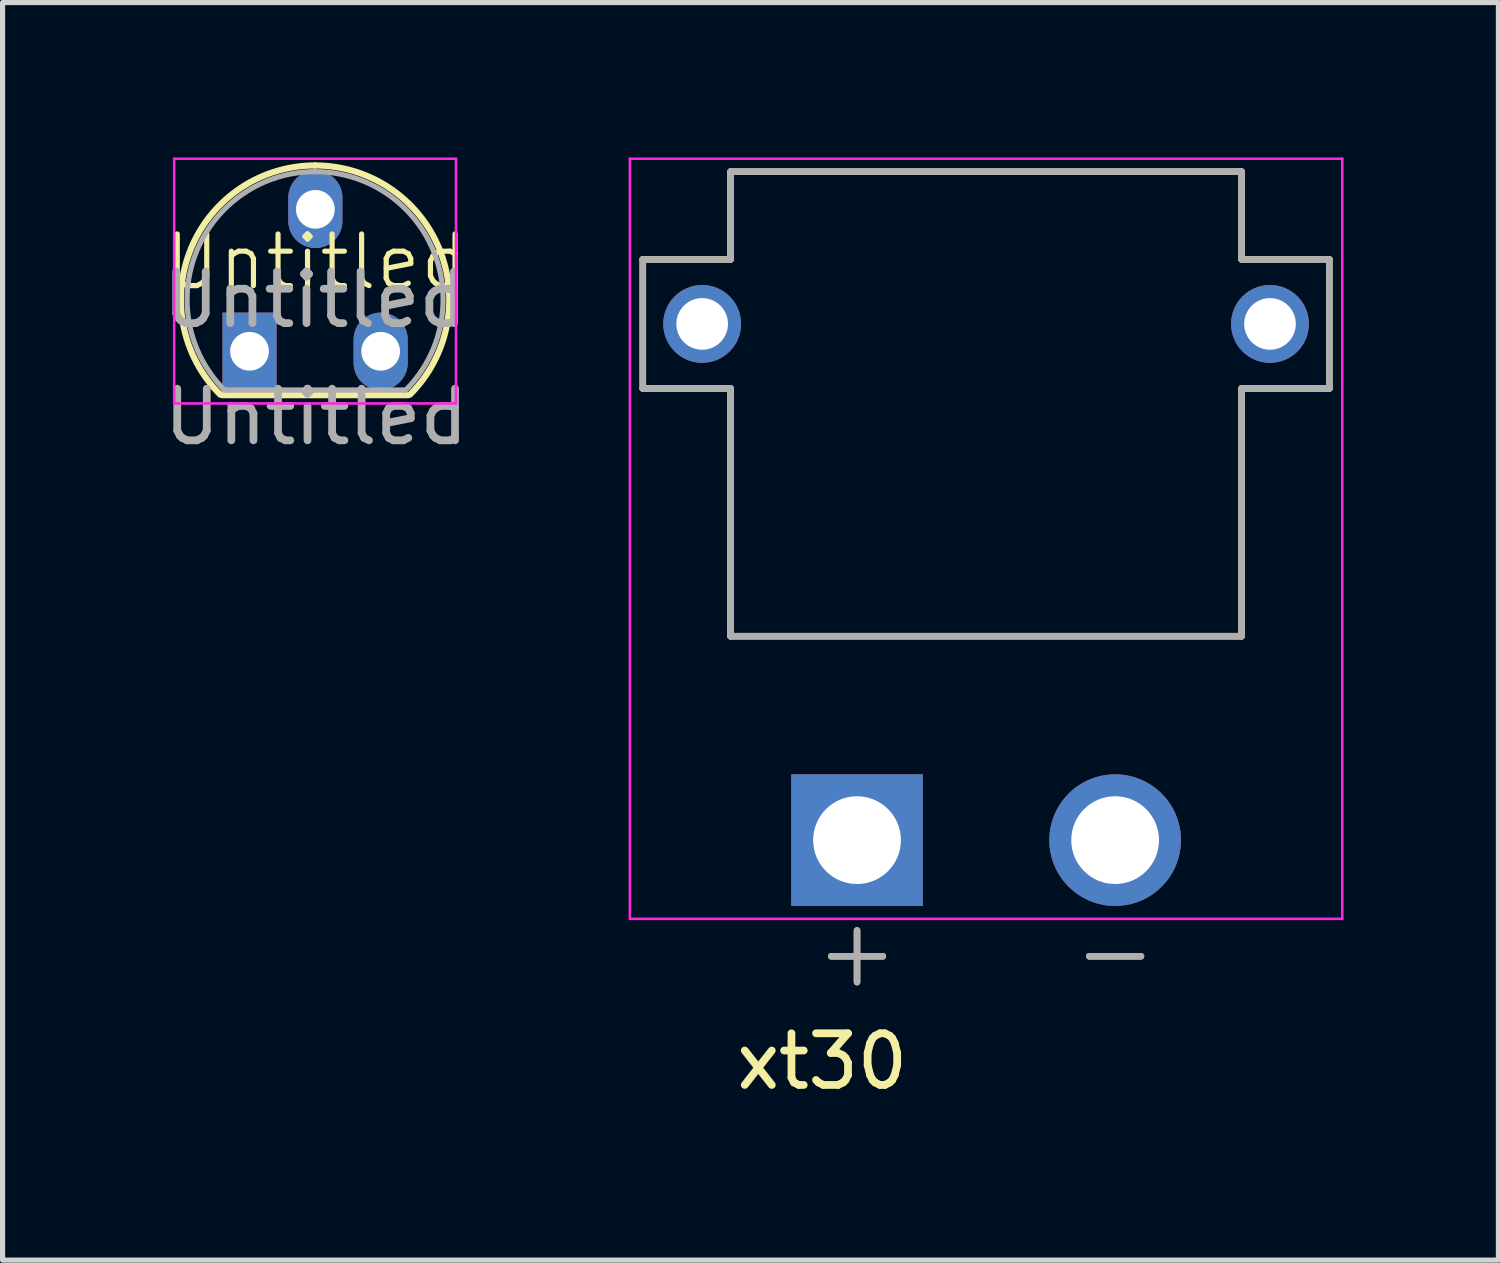
<source format=kicad_pcb>
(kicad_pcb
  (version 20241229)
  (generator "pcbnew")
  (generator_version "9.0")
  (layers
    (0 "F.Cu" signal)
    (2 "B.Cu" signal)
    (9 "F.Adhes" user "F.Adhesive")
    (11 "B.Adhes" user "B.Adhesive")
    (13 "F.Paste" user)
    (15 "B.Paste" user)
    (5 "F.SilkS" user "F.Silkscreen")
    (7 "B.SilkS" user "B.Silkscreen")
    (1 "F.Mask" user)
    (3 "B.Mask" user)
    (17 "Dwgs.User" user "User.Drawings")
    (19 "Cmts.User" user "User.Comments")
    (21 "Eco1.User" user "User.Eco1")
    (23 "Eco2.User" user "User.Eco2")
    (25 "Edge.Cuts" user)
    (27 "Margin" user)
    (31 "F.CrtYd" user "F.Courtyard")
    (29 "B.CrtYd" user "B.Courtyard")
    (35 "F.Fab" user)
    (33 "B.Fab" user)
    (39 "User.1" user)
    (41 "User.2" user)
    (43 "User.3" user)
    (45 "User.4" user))
  (footprint "xt30"
    (layer "F.Cu")
    (at 16.052 3.225)
    (property "Reference" "xt30" (at -3.175 14.287 0) (layer "F.SilkS") (effects (font (size 1 1) (thickness 0.15))))
    (attr through_hole)
    (fp_line (start -6.65 -1.25) (end -4.95 -1.25) (stroke (width 0.127) (type solid)) (layer "F.SilkS"))
    (fp_line (start -6.65 1.25) (end -6.65 -1.25) (stroke (width 0.127) (type solid)) (layer "F.SilkS"))
    (fp_line (start -4.95 -2.95) (end 4.95 -2.95) (stroke (width 0.127) (type solid)) (layer "F.SilkS"))
    (fp_line (start -4.95 -1.25) (end -4.95 -2.95) (stroke (width 0.127) (type solid)) (layer "F.SilkS"))
    (fp_line (start -4.95 1.25) (end -6.65 1.25) (stroke (width 0.127) (type solid)) (layer "F.SilkS"))
    (fp_line (start -4.95 6.05) (end -4.95 1.25) (stroke (width 0.127) (type solid)) (layer "F.SilkS"))
    (fp_line (start -3 12.25) (end -2 12.25) (stroke (width 0.127) (type solid)) (layer "F.SilkS"))
    (fp_line (start -2.5 12.75) (end -2.5 11.75) (stroke (width 0.127) (type solid)) (layer "F.SilkS"))
    (fp_line (start 2 12.25) (end 3 12.25) (stroke (width 0.127) (type solid)) (layer "F.SilkS"))
    (fp_line (start 4.95 -2.95) (end 4.95 -1.25) (stroke (width 0.127) (type solid)) (layer "F.SilkS"))
    (fp_line (start 4.95 -1.25) (end 6.65 -1.25) (stroke (width 0.127) (type solid)) (layer "F.SilkS"))
    (fp_line (start 4.95 1.25) (end 4.95 6.05) (stroke (width 0.127) (type solid)) (layer "F.SilkS"))
    (fp_line (start 4.95 6.05) (end -4.95 6.05) (stroke (width 0.127) (type solid)) (layer "F.SilkS"))
    (fp_line (start 6.65 -1.25) (end 6.65 1.25) (stroke (width 0.127) (type solid)) (layer "F.SilkS"))
    (fp_line (start 6.65 1.25) (end 4.95 1.25) (stroke (width 0.127) (type solid)) (layer "F.SilkS"))
    (fp_line (start -6.9 -3.2) (end -6.9 11.525) (stroke (width 0.05) (type solid)) (layer "F.CrtYd"))
    (fp_line (start -6.9 11.525) (end 6.9 11.525) (stroke (width 0.05) (type solid)) (layer "F.CrtYd"))
    (fp_line (start 6.9 -3.2) (end -6.9 -3.2) (stroke (width 0.05) (type solid)) (layer "F.CrtYd"))
    (fp_line (start 6.9 11.525) (end 6.9 -3.2) (stroke (width 0.05) (type solid)) (layer "F.CrtYd"))
    (fp_line (start -6.65 -1.25) (end -4.95 -1.25) (stroke (width 0.127) (type solid)) (layer "F.Fab"))
    (fp_line (start -6.65 1.25) (end -6.65 -1.25) (stroke (width 0.127) (type solid)) (layer "F.Fab"))
    (fp_line (start -4.95 -2.95) (end 4.95 -2.95) (stroke (width 0.127) (type solid)) (layer "F.Fab"))
    (fp_line (start -4.95 -1.25) (end -4.95 -2.95) (stroke (width 0.127) (type solid)) (layer "F.Fab"))
    (fp_line (start -4.95 1.25) (end -6.65 1.25) (stroke (width 0.127) (type solid)) (layer "F.Fab"))
    (fp_line (start -4.95 6.05) (end -4.95 1.25) (stroke (width 0.127) (type solid)) (layer "F.Fab"))
    (fp_line (start -3 12.25) (end -2 12.25) (stroke (width 0.127) (type solid)) (layer "F.Fab"))
    (fp_line (start -2.5 12.75) (end -2.5 11.75) (stroke (width 0.127) (type solid)) (layer "F.Fab"))
    (fp_line (start 2 12.25) (end 3 12.25) (stroke (width 0.127) (type solid)) (layer "F.Fab"))
    (fp_line (start 4.95 -2.95) (end 4.95 -1.25) (stroke (width 0.127) (type solid)) (layer "F.Fab"))
    (fp_line (start 4.95 -1.25) (end 6.65 -1.25) (stroke (width 0.127) (type solid)) (layer "F.Fab"))
    (fp_line (start 4.95 1.25) (end 4.95 6.05) (stroke (width 0.127) (type solid)) (layer "F.Fab"))
    (fp_line (start 4.95 6.05) (end -4.95 6.05) (stroke (width 0.127) (type solid)) (layer "F.Fab"))
    (fp_line (start 6.65 -1.25) (end 6.65 1.25) (stroke (width 0.127) (type solid)) (layer "F.Fab"))
    (fp_line (start 6.65 1.25) (end 4.95 1.25) (stroke (width 0.127) (type solid)) (layer "F.Fab"))
    (pad "N" thru_hole circle (at 2.5 10) (size 2.55 2.55) (drill 1.7) (layers "*.Cu" "*.Mask"))
    (pad "P" thru_hole rect (at -2.5 10) (size 2.55 2.55) (drill 1.7) (layers "*.Cu" "*.Mask"))
    (pad "S1" thru_hole circle (at 5.5 0) (size 1.508 1.508) (drill 1) (layers "*.Cu" "*.Mask"))
    (pad "S2" thru_hole circle (at -5.5 0) (size 1.508 1.508) (drill 1) (layers "*.Cu" "*.Mask")))
  (footprint "Untitled"
    (layer "F.Cu")
    (at 3.074 2.525)
    (property "Reference" "Untitled" (at 0 -0.5 0) (unlocked yes) (layer "F.SilkS") (effects (font (size 1 1) (thickness 0.1))))
    (attr through_hole)
    (fp_line (start -1.82 2.08) (end 1.78 2.08) (stroke (width 0.12) (type solid)) (layer "F.SilkS"))
    (fp_arc (start -1.858478 2.068478) (mid -2.422087 -0.764977) (end -0.02 -2.37) (stroke (width 0.12) (type solid)) (layer "F.SilkS"))
    (fp_arc (start -0.02 -2.37) (mid 2.382087 -0.764977) (end 1.818478 2.068478) (stroke (width 0.12) (type solid)) (layer "F.SilkS"))
    (fp_line (start -2.75 -2.5) (end -2.75 2.24) (stroke (width 0.05) (type solid)) (layer "F.CrtYd"))
    (fp_line (start -2.75 -2.5) (end 2.71 -2.5) (stroke (width 0.05) (type solid)) (layer "F.CrtYd"))
    (fp_line (start 2.71 2.24) (end -2.75 2.24) (stroke (width 0.05) (type solid)) (layer "F.CrtYd"))
    (fp_line (start 2.71 2.24) (end 2.71 -2.5) (stroke (width 0.05) (type solid)) (layer "F.CrtYd"))
    (fp_line (start -1.79 1.98) (end 1.71 1.98) (stroke (width 0.1) (type solid)) (layer "F.Fab"))
    (fp_arc (start -1.773625 1.983625) (mid -2.311221 -0.719055) (end -0.02 -2.25) (stroke (width 0.1) (type solid)) (layer "F.Fab"))
    (fp_arc (start -0.02 -2.25) (mid 2.271221 -0.719055) (end 1.733625 1.983625) (stroke (width 0.1) (type solid)) (layer "F.Fab"))
    (fp_text user "${REFERENCE}" (at -0.02 0.23 0) (layer "F.Fab") (effects (font (size 1 1) (thickness 0.15))))
    (fp_text user "${REFERENCE}" (at 0 2.5 0) (unlocked yes) (layer "F.Fab") (effects (font (size 1 1) (thickness 0.15))))
    (pad "1" thru_hole rect (at -1.29 1.23) (size 1.05 1.5) (drill 0.75) (layers "*.Cu" "*.Mask"))
    (pad "2" thru_hole oval (at -0.015 -1.52) (size 1.05 1.5) (drill 0.75) (layers "*.Cu" "*.Mask"))
    (pad "3" thru_hole oval (at 1.25 1.23) (size 1.05 1.5) (drill 0.75) (layers "*.Cu" "*.Mask")))
  (gr_rect
    (start -3 -3)
    (end 25.977 21.361)
    (stroke (width 0.1) (type default))
    (fill no)
    (layer "Edge.Cuts")))
</source>
